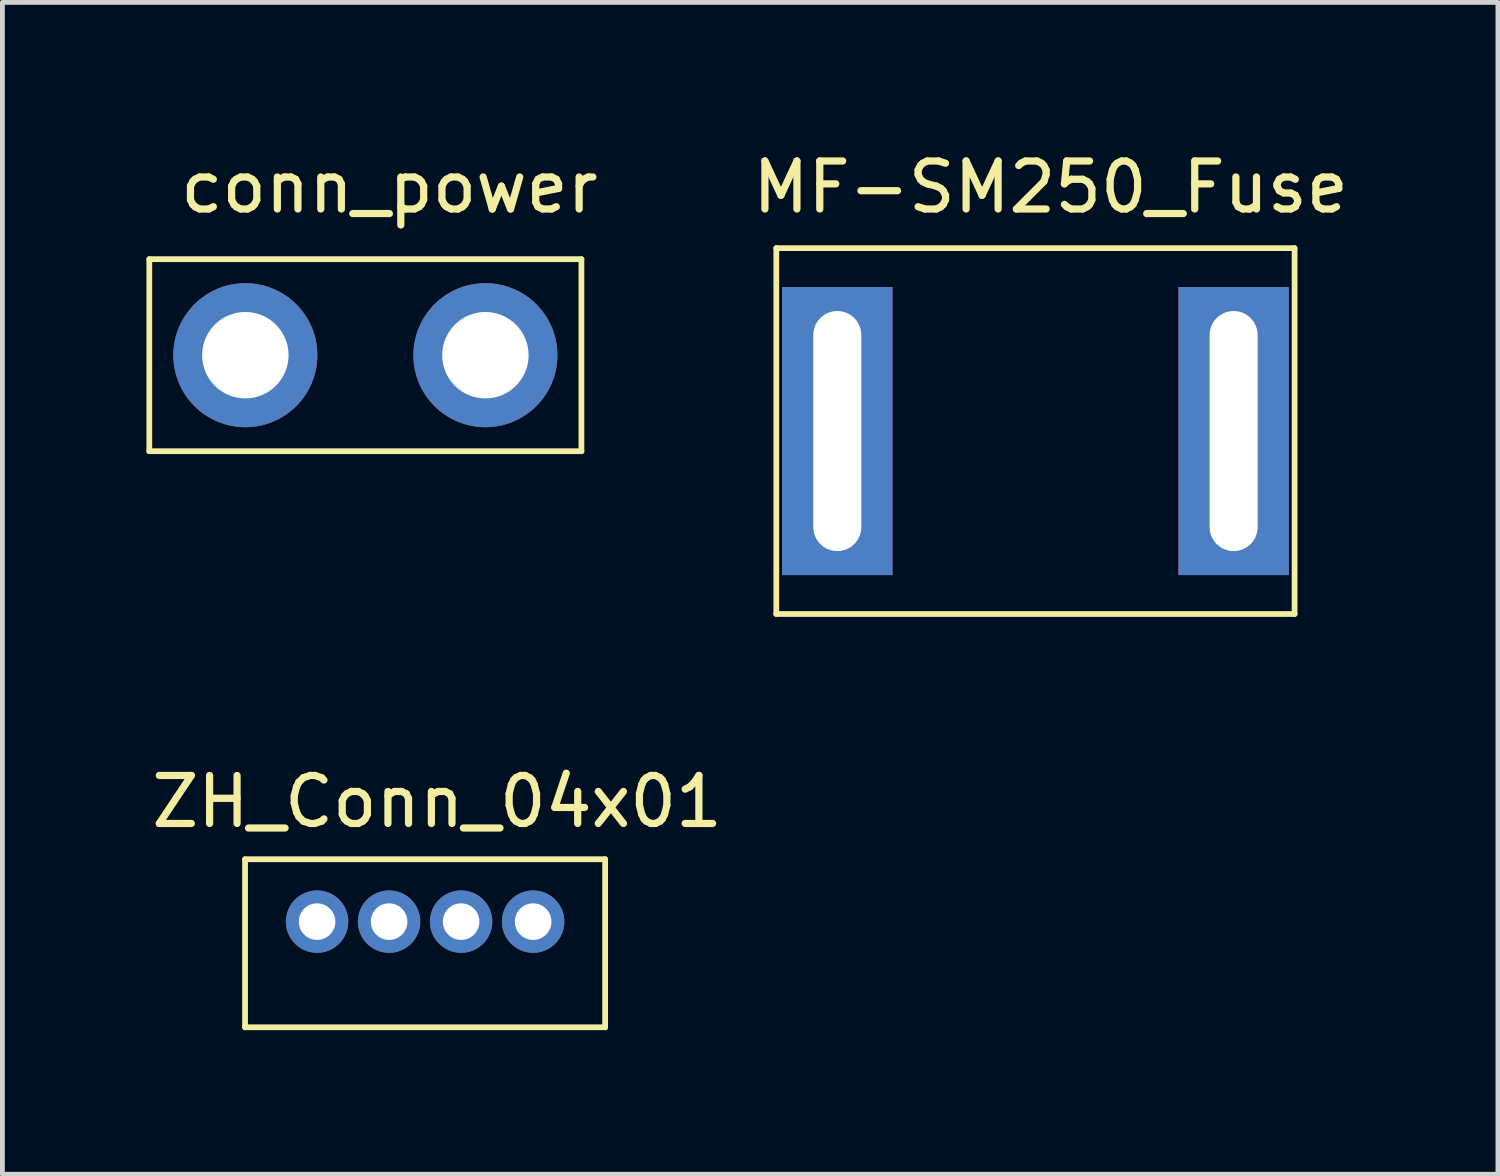
<source format=kicad_pcb>
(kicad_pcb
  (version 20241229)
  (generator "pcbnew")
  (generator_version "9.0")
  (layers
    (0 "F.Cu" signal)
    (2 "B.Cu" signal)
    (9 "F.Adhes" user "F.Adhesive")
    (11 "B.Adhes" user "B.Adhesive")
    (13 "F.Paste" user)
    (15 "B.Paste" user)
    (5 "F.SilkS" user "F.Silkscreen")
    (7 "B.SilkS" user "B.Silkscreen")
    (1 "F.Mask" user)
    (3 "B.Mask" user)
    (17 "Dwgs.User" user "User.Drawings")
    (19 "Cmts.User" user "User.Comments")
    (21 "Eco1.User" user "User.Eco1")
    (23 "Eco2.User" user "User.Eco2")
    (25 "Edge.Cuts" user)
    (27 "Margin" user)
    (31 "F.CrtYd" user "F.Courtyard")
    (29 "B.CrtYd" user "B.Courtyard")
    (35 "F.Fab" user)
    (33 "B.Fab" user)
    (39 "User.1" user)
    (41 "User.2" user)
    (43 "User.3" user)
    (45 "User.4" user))
  (footprint "conn_power"
    (layer "F.Cu")
    (at 5.06 1.348)
    (property "Reference" "conn_power" (at 0 -0.5 0) (layer "F.SilkS") (effects (font (size 1 1) (thickness 0.15))))
    (attr through_hole)
    (fp_line (start -5 1) (end -5 5) (stroke (width 0.12) (type solid)) (layer "F.SilkS"))
    (fp_line (start -5 5) (end 4 5) (stroke (width 0.12) (type solid)) (layer "F.SilkS"))
    (fp_line (start 4 1) (end -5 1) (stroke (width 0.12) (type solid)) (layer "F.SilkS"))
    (fp_line (start 4 5) (end 4 1) (stroke (width 0.12) (type solid)) (layer "F.SilkS"))
    (pad "1" thru_hole circle (at -3 3) (size 3 3) (drill 1.8) (layers "*.Cu" "*.Mask"))
    (pad "1" thru_hole circle (at 2 3) (size 3 3) (drill 1.8) (layers "*.Cu" "*.Mask")))
  (footprint "MF-SM250_Fuse"
    (layer "F.Cu")
    (at 18.199 0.848)
    (property "Reference" "MF-SM250_Fuse" (at 0.635 0 0) (layer "F.SilkS") (effects (font (size 1 1) (thickness 0.15))))
    (attr through_hole)
    (fp_line (start -5.08 1.27) (end -5.08 8.89) (stroke (width 0.12) (type solid)) (layer "F.SilkS"))
    (fp_line (start -5.08 8.89) (end 5.715 8.89) (stroke (width 0.12) (type solid)) (layer "F.SilkS"))
    (fp_line (start 5.715 1.27) (end -5.08 1.27) (stroke (width 0.12) (type solid)) (layer "F.SilkS"))
    (fp_line (start 5.715 8.89) (end 5.715 1.27) (stroke (width 0.12) (type solid)) (layer "F.SilkS"))
    (pad "1" thru_hole rect (at -3.81 5.08 90) (size 6 2.3) (drill oval 5 1) (layers "*.Cu" "*.Mask"))
    (pad "2" thru_hole rect (at 4.445 5.08 90) (size 6 2.3) (drill oval 5 1) (layers "*.Cu" "*.Mask")))
  (footprint "ZH_Conn_04x01"
    (layer "F.Cu")
    (at 7.054 13.146)
    (property "Reference" "ZH_Conn_04x01" (at -1 0.5 0) (layer "F.SilkS") (effects (font (size 1 1) (thickness 0.15))))
    (attr through_hole)
    (fp_line (start -5 1.7) (end 2.5 1.7) (stroke (width 0.12) (type solid)) (layer "F.SilkS"))
    (fp_line (start -5 5.2) (end -5 1.7) (stroke (width 0.12) (type solid)) (layer "F.SilkS"))
    (fp_line (start 2.5 1.7) (end 2.5 5.2) (stroke (width 0.12) (type solid)) (layer "F.SilkS"))
    (fp_line (start 2.5 5.2) (end -5 5.2) (stroke (width 0.12) (type solid)) (layer "F.SilkS"))
    (pad "1" thru_hole circle (at -3.5 3) (size 1.3 1.3) (drill 0.762) (layers "*.Cu" "*.Mask"))
    (pad "2" thru_hole circle (at -2 3) (size 1.3 1.3) (drill 0.762) (layers "*.Cu" "*.Mask"))
    (pad "3" thru_hole circle (at -0.5 3) (size 1.3 1.3) (drill 0.762) (layers "*.Cu" "*.Mask"))
    (pad "4" thru_hole circle (at 1 3) (size 1.3 1.3) (drill 0.762) (layers "*.Cu" "*.Mask")))
  (gr_rect
    (start -3 -3)
    (end 28.149 21.407)
    (stroke (width 0.1) (type default))
    (fill no)
    (layer "Edge.Cuts")))
</source>
